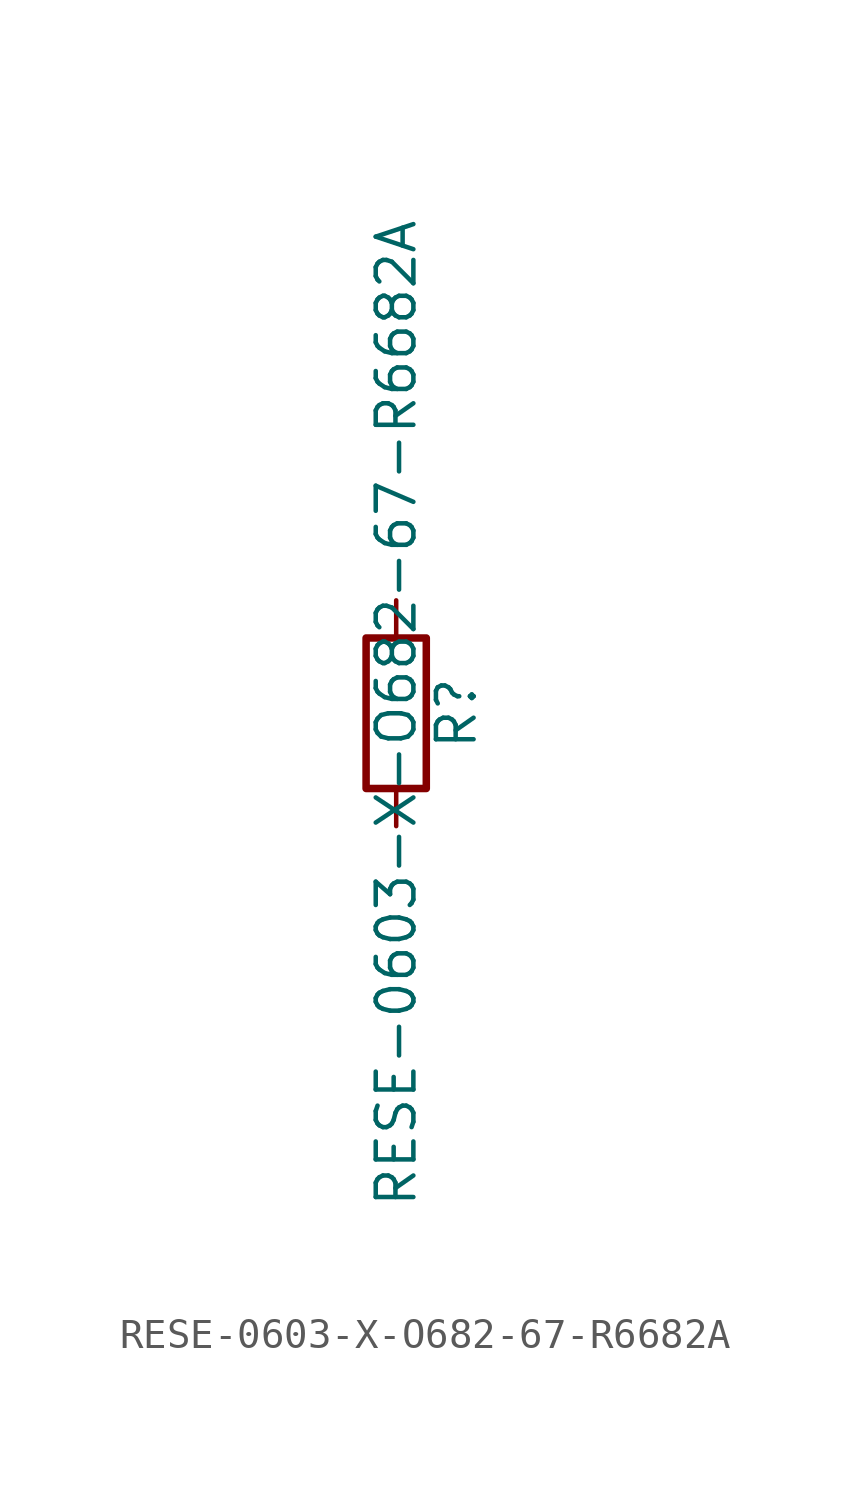
<source format=kicad_sym>
(kicad_symbol_lib
  (version 20211014)
  (generator kicad_symbol_editor)
  (symbol "RESE-0603-X-O682-67-R6682A"
    (pin_numbers hide)
    (pin_names
      (offset 0))
    (property "Reference" "R"
      (at 2.032 0 90)
      (effects (font (size 1.27 1.27))))
    (property "Value" "RESE-0603-X-O682-67-R6682A"
      (at 0 0 90)
      (effects (font (size 1.27 1.27))))
    (symbol "RESE-0603-X-O682-67-R6682A_0_1"
      (rectangle (start -1.016 -2.54) (end 1.016 2.54) (stroke (width 0.254) (type default) (color 0 0 0 0)) (fill (type none))))
    (symbol "RESE-0603-X-O682-67-R6682A_1_1"
      (pin passive line (at 0 3.81 270) (length 1.27) (name "~" (effects (font (size 1.27 1.27)))) (number "1" (effects (font (size 1.27 1.27)))))
      (pin passive line (at 0 -3.81 90) (length 1.27) (name "~" (effects (font (size 1.27 1.27)))) (number "2" (effects (font (size 1.27 1.27))))))))
</source>
